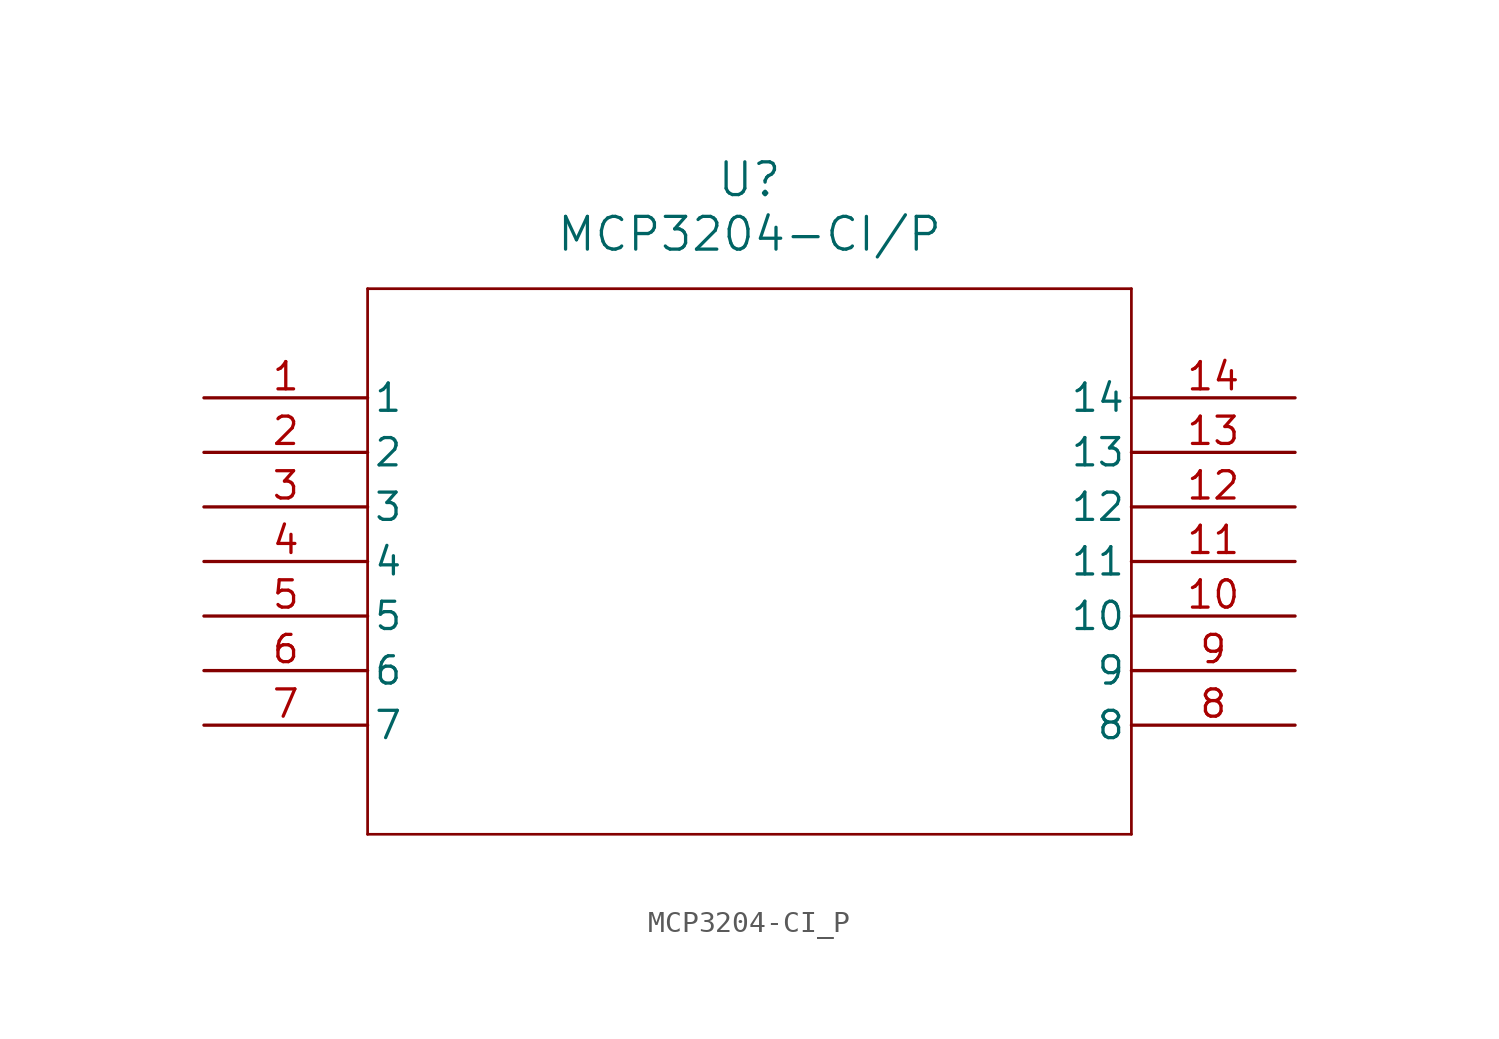
<source format=kicad_sym>
(kicad_symbol_lib
  (version 20241209)
  (generator "kicad_symbol_editor")
  (generator_version "9.0")
  (symbol "MCP3204-CI_P"
    (pin_names
      (offset 0.254))
    (property "Reference" "U"
      (at 25.4 10.16 0)
      (effects (font (size 1.524 1.524))))
    (property "Value" "MCP3204-CI/P"
      (at 25.4 7.62 0)
      (effects (font (size 1.524 1.524))))
    (property "ki_locked" ""
      (at 0 0 0)
      (effects (font (size 1.27 1.27))))
    (symbol "MCP3204-CI_P_0_1"
      (polyline (pts (xy 7.62 5.08) (xy 7.62 -20.32)) (stroke (width 0.127) (type default)) (fill (type none)))
      (polyline (pts (xy 7.62 -20.32) (xy 43.18 -20.32)) (stroke (width 0.127) (type default)) (fill (type none)))
      (polyline (pts (xy 43.18 5.08) (xy 7.62 5.08)) (stroke (width 0.127) (type default)) (fill (type none)))
      (polyline (pts (xy 43.18 -20.32) (xy 43.18 5.08)) (stroke (width 0.127) (type default)) (fill (type none)))
      (pin unspecified line (at 0 0 0) (length 7.62) (name "1" (effects (font (size 1.27 1.27)))) (number "1" (effects (font (size 1.27 1.27)))))
      (pin unspecified line (at 0 -2.54 0) (length 7.62) (name "2" (effects (font (size 1.27 1.27)))) (number "2" (effects (font (size 1.27 1.27)))))
      (pin unspecified line (at 0 -5.08 0) (length 7.62) (name "3" (effects (font (size 1.27 1.27)))) (number "3" (effects (font (size 1.27 1.27)))))
      (pin unspecified line (at 0 -7.62 0) (length 7.62) (name "4" (effects (font (size 1.27 1.27)))) (number "4" (effects (font (size 1.27 1.27)))))
      (pin unspecified line (at 0 -10.16 0) (length 7.62) (name "5" (effects (font (size 1.27 1.27)))) (number "5" (effects (font (size 1.27 1.27)))))
      (pin unspecified line (at 0 -12.7 0) (length 7.62) (name "6" (effects (font (size 1.27 1.27)))) (number "6" (effects (font (size 1.27 1.27)))))
      (pin unspecified line (at 0 -15.24 0) (length 7.62) (name "7" (effects (font (size 1.27 1.27)))) (number "7" (effects (font (size 1.27 1.27)))))
      (pin unspecified line (at 50.8 0 180) (length 7.62) (name "14" (effects (font (size 1.27 1.27)))) (number "14" (effects (font (size 1.27 1.27)))))
      (pin unspecified line (at 50.8 -2.54 180) (length 7.62) (name "13" (effects (font (size 1.27 1.27)))) (number "13" (effects (font (size 1.27 1.27)))))
      (pin unspecified line (at 50.8 -5.08 180) (length 7.62) (name "12" (effects (font (size 1.27 1.27)))) (number "12" (effects (font (size 1.27 1.27)))))
      (pin unspecified line (at 50.8 -7.62 180) (length 7.62) (name "11" (effects (font (size 1.27 1.27)))) (number "11" (effects (font (size 1.27 1.27)))))
      (pin unspecified line (at 50.8 -10.16 180) (length 7.62) (name "10" (effects (font (size 1.27 1.27)))) (number "10" (effects (font (size 1.27 1.27)))))
      (pin unspecified line (at 50.8 -12.7 180) (length 7.62) (name "9" (effects (font (size 1.27 1.27)))) (number "9" (effects (font (size 1.27 1.27)))))
      (pin unspecified line (at 50.8 -15.24 180) (length 7.62) (name "8" (effects (font (size 1.27 1.27)))) (number "8" (effects (font (size 1.27 1.27))))))))
</source>
